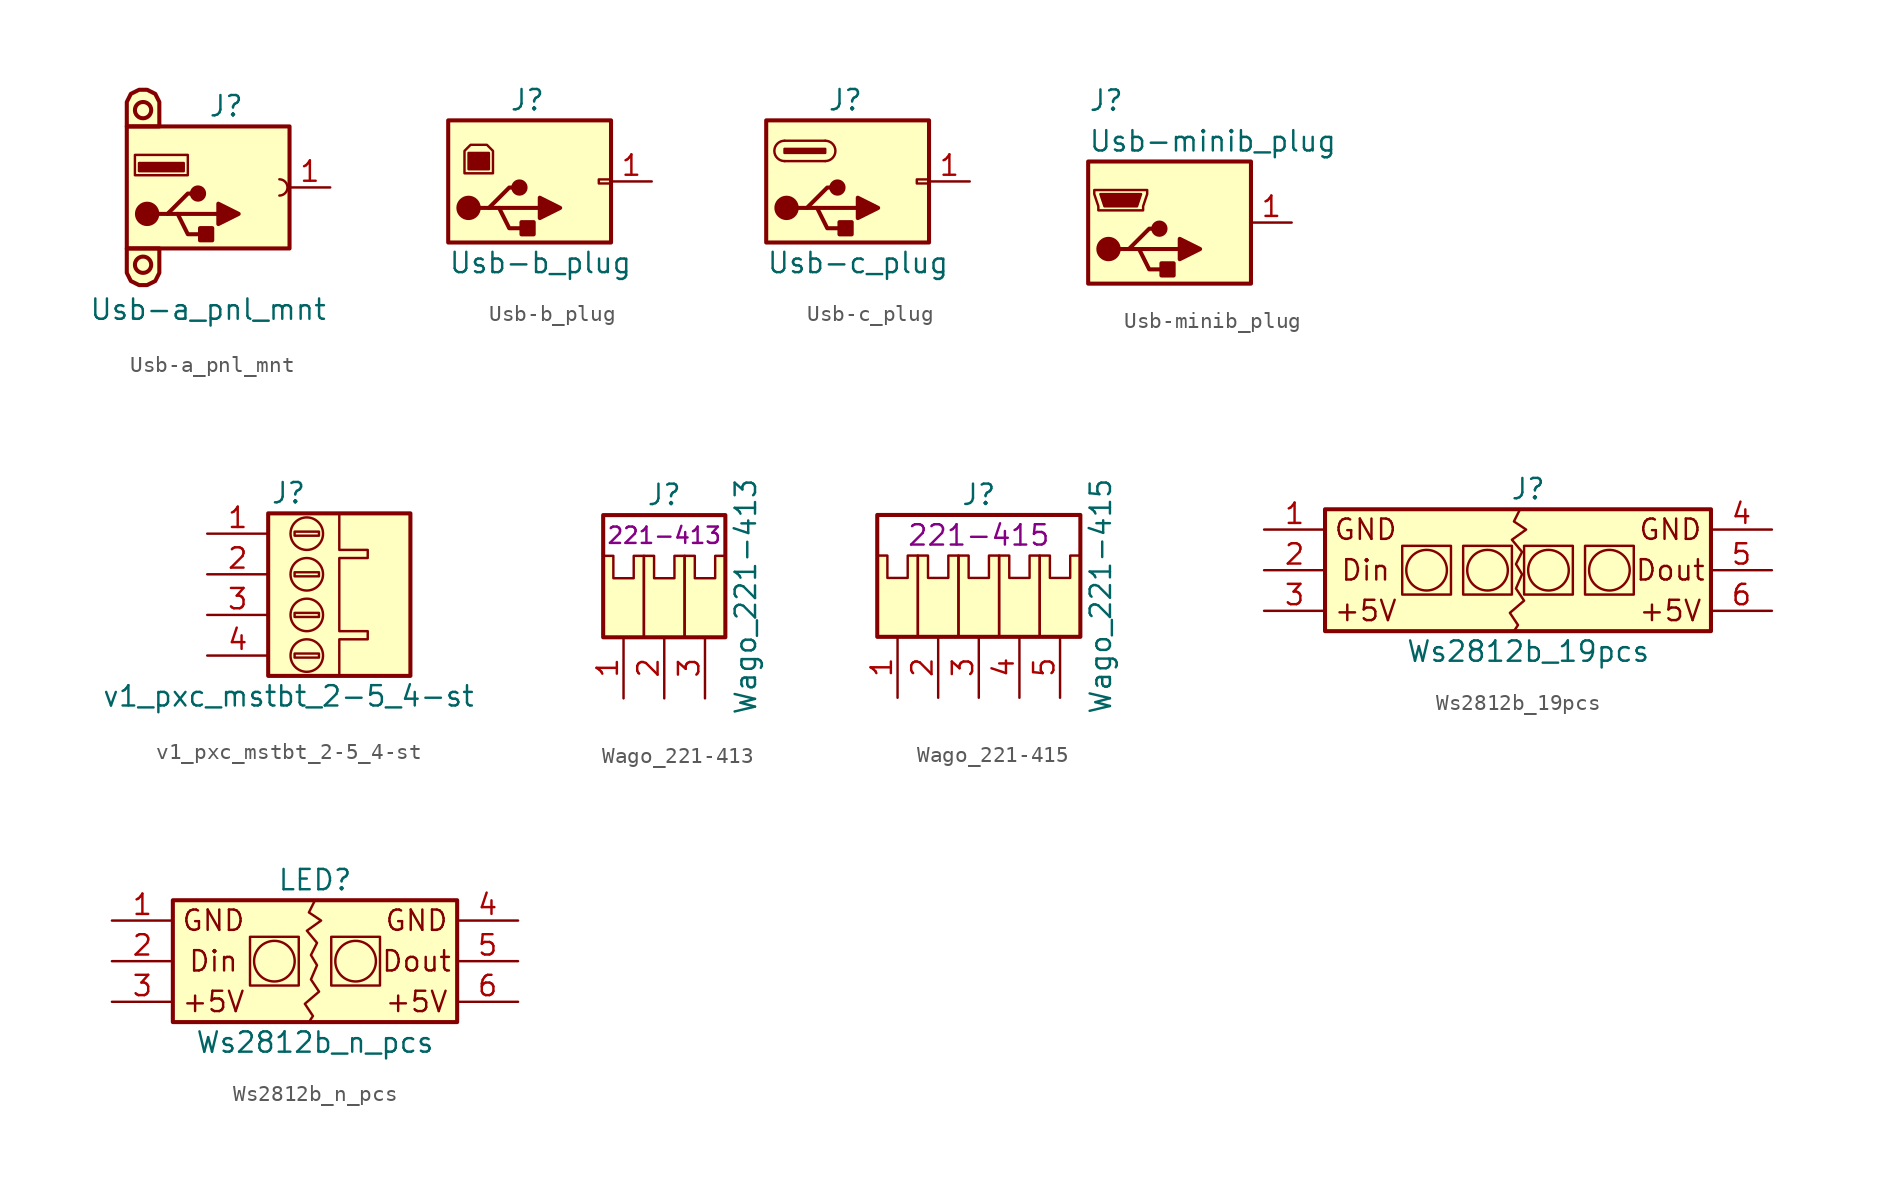
<source format=kicad_sym>
(kicad_symbol_lib
  (version 20220914)
  (generator kicad_symbol_editor)
  (symbol "Usb-a_pnl_mnt"
    (pin_names
      (offset 1.016) hide)
    (property "Reference" "J"
      (at -5.08 5.08 0)
      (effects (font (size 1.27 1.27)) (justify left)))
    (property "Value" "Usb-a_pnl_mnt"
      (at -5.08 -7.62 0)
      (effects (font (size 1.27 1.27))))
    (symbol "Usb-a_pnl_mnt_0_1"
      (rectangle (start -10.16 -3.81) (end 0 3.81) (stroke (width 0.254) (type default)) (fill (type background)))
      (circle (center -9.144 4.826) (radius 0.508) (stroke (width 0.254) (type default)) (fill (type none)))
      (circle (center -8.89 -1.651) (radius 0.635) (stroke (width 0.254) (type default)) (fill (type outline)))
      (rectangle (start -6.604 1.016) (end -9.398 1.524) (stroke (width 0) (type default)) (fill (type outline)))
      (rectangle (start -6.35 0.762) (end -9.652 2.032) (stroke (width 0) (type default)) (fill (type none)))
      (circle (center -5.715 -0.381) (radius 0.381) (stroke (width 0.254) (type default)) (fill (type outline)))
      (rectangle (start -4.826 -2.54) (end -5.588 -3.302) (stroke (width 0.254) (type default)) (fill (type outline)))
      (polyline (pts (xy -8.255 -1.651) (xy -7.62 -1.651) (xy -6.35 -0.381) (xy -5.715 -0.381)) (stroke (width 0.254) (type default)) (fill (type none)))
      (polyline (pts (xy -7.62 -1.651) (xy -6.985 -1.651) (xy -6.35 -2.921) (xy -5.08 -2.921)) (stroke (width 0.254) (type default)) (fill (type none)))
      (polyline (pts (xy -4.445 -1.016) (xy -4.445 -2.286) (xy -3.175 -1.651) (xy -4.445 -1.016)) (stroke (width 0.254) (type default)) (fill (type outline)))
      (polyline (pts (xy -8.128 3.81) (xy -8.128 5.334) (xy -8.382 5.842) (xy -8.89 6.096) (xy -9.398 6.096) (xy -9.906 5.842) (xy -10.16 5.334) (xy -10.16 3.81) (xy -8.128 3.81)) (stroke (width 0.254) (type default)) (fill (type background))))
    (symbol "Usb-a_pnl_mnt_1_1"
      (circle (center -9.144 -4.826) (radius 0.508) (stroke (width 0.254) (type default)) (fill (type none)))
      (arc (start -0.635 -0.508) (mid -0.1292 0) (end -0.635 0.508) (stroke (width 0) (type default)) (fill (type none)))
      (polyline (pts (xy -6.985 -1.651) (xy -4.445 -1.651)) (stroke (width 0.254) (type default)) (fill (type none)))
      (polyline (pts (xy -10.16 -3.81) (xy -10.16 -5.334) (xy -9.906 -5.842) (xy -9.398 -6.096) (xy -8.89 -6.096) (xy -8.382 -5.842) (xy -8.128 -5.334) (xy -8.128 -3.81) (xy -10.16 -3.81)) (stroke (width 0.254) (type default)) (fill (type background)))
      (pin passive line (at 2.54 0 180) (length 2.54) (name "Pin_1" (effects (font (size 1.27 1.27)))) (number "1" (effects (font (size 1.27 1.27)))))))
  (symbol "Usb-b_plug"
    (pin_names
      (offset 1.016) hide)
    (property "Reference" "J"
      (at -6.35 5.08 0)
      (effects (font (size 1.27 1.27)) (justify left)))
    (property "Value" "Usb-b_plug"
      (at -10.16 -5.08 0)
      (effects (font (size 1.27 1.27)) (justify left)))
    (symbol "Usb-b_plug_0_1"
      (rectangle (start -10.16 3.81) (end 0 -3.81) (stroke (width 0.254) (type default)) (fill (type background)))
      (circle (center -8.89 -1.651) (radius 0.635) (stroke (width 0.254) (type default)) (fill (type outline)))
      (rectangle (start -8.89 1.778) (end -7.62 0.762) (stroke (width 0) (type default)) (fill (type outline)))
      (circle (center -5.715 -0.381) (radius 0.381) (stroke (width 0.254) (type default)) (fill (type outline)))
      (rectangle (start -4.826 -2.54) (end -5.588 -3.302) (stroke (width 0.254) (type default)) (fill (type outline)))
      (rectangle (start 0 -0.127) (end -0.762 0.127) (stroke (width 0) (type default)) (fill (type none)))
      (polyline (pts (xy -6.985 -1.651) (xy -4.445 -1.651)) (stroke (width 0.254) (type default)) (fill (type none)))
      (polyline (pts (xy -8.255 -1.651) (xy -7.62 -1.651) (xy -6.35 -0.381) (xy -5.715 -0.381)) (stroke (width 0.254) (type default)) (fill (type none)))
      (polyline (pts (xy -7.62 -1.651) (xy -6.985 -1.651) (xy -6.35 -2.921) (xy -5.08 -2.921)) (stroke (width 0.254) (type default)) (fill (type none)))
      (polyline (pts (xy -4.445 -1.016) (xy -4.445 -2.286) (xy -3.175 -1.651) (xy -4.445 -1.016)) (stroke (width 0.254) (type default)) (fill (type outline)))
      (polyline (pts (xy -9.144 0.508) (xy -7.366 0.508) (xy -7.366 1.905) (xy -7.747 2.286) (xy -8.763 2.286) (xy -9.144 1.905) (xy -9.144 0.508)) (stroke (width 0) (type default)) (fill (type none))))
    (symbol "Usb-b_plug_1_1"
      (pin passive line (at 2.54 0 180) (length 2.54) (name "Pin_1" (effects (font (size 1.27 1.27)))) (number "1" (effects (font (size 1.27 1.27)))))))
  (symbol "Usb-c_plug"
    (pin_names
      (offset 1.016) hide)
    (property "Reference" "J"
      (at -6.35 5.08 0)
      (effects (font (size 1.27 1.27)) (justify left)))
    (property "Value" "Usb-c_plug"
      (at -10.16 -5.08 0)
      (effects (font (size 1.27 1.27)) (justify left)))
    (symbol "Usb-c_plug_0_1"
      (rectangle (start -10.16 -3.81) (end 0 3.81) (stroke (width 0.254) (type default)) (fill (type background)))
      (rectangle (start -9.017 1.778) (end -6.477 2.032) (stroke (width 0) (type default)) (fill (type outline)))
      (arc (start -9.017 2.54) (mid -9.6493 1.905) (end -9.017 1.27) (stroke (width 0) (type default)) (fill (type none)))
      (circle (center -8.89 -1.651) (radius 0.635) (stroke (width 0.254) (type default)) (fill (type outline)))
      (circle (center -5.715 -0.381) (radius 0.381) (stroke (width 0.254) (type default)) (fill (type outline)))
      (rectangle (start -4.826 -2.54) (end -5.588 -3.302) (stroke (width 0.254) (type default)) (fill (type outline)))
      (rectangle (start 0 -0.127) (end -0.762 0.127) (stroke (width 0) (type default)) (fill (type none)))
      (polyline (pts (xy -9.017 2.54) (xy -6.477 2.54)) (stroke (width 0) (type default)) (fill (type none)))
      (polyline (pts (xy -6.477 1.27) (xy -9.017 1.27)) (stroke (width 0) (type default)) (fill (type none)))
      (polyline (pts (xy -8.255 -1.651) (xy -7.62 -1.651) (xy -6.35 -0.381) (xy -5.715 -0.381)) (stroke (width 0.254) (type default)) (fill (type none)))
      (polyline (pts (xy -7.62 -1.651) (xy -6.985 -1.651) (xy -6.35 -2.921) (xy -5.08 -2.921)) (stroke (width 0.254) (type default)) (fill (type none)))
      (polyline (pts (xy -4.445 -1.016) (xy -4.445 -2.286) (xy -3.175 -1.651) (xy -4.445 -1.016)) (stroke (width 0.254) (type default)) (fill (type outline))))
    (symbol "Usb-c_plug_1_1"
      (arc (start -6.477 1.27) (mid -5.8447 1.905) (end -6.477 2.54) (stroke (width 0) (type default)) (fill (type none)))
      (polyline (pts (xy -6.985 -1.651) (xy -4.445 -1.651)) (stroke (width 0.254) (type default)) (fill (type none)))
      (pin passive line (at 2.54 0 180) (length 2.54) (name "Pin_1" (effects (font (size 1.27 1.27)))) (number "1" (effects (font (size 1.27 1.27)))))))
  (symbol "Usb-minib_plug"
    (pin_names
      (offset 1.016) hide)
    (property "Reference" "J"
      (at -5.08 11.43 0)
      (effects (font (size 1.27 1.27)) (justify left)))
    (property "Value" "Usb-minib_plug"
      (at -5.08 8.89 0)
      (effects (font (size 1.27 1.27)) (justify left)))
    (symbol "Usb-minib_plug_0_1"
      (rectangle (start -5.08 0) (end 5.08 7.62) (stroke (width 0.254) (type default)) (fill (type background)))
      (circle (center -3.81 2.159) (radius 0.635) (stroke (width 0.254) (type default)) (fill (type outline)))
      (circle (center -0.635 3.429) (radius 0.381) (stroke (width 0.254) (type default)) (fill (type outline)))
      (polyline (pts (xy -1.905 2.159) (xy 0.635 2.159)) (stroke (width 0.254) (type default)) (fill (type none)))
      (polyline (pts (xy -3.175 2.159) (xy -2.54 2.159) (xy -1.27 3.429) (xy -0.635 3.429)) (stroke (width 0.254) (type default)) (fill (type none)))
      (polyline (pts (xy -2.54 2.159) (xy -1.905 2.159) (xy -1.27 0.889) (xy 0 0.889)) (stroke (width 0.254) (type default)) (fill (type none)))
      (polyline (pts (xy 0.635 2.794) (xy 0.635 1.524) (xy 1.905 2.159) (xy 0.635 2.794)) (stroke (width 0.254) (type default)) (fill (type outline)))
      (polyline (pts (xy -4.318 5.588) (xy -1.778 5.588) (xy -2.032 4.826) (xy -4.064 4.826) (xy -4.318 5.588)) (stroke (width 0) (type default)) (fill (type outline)))
      (polyline (pts (xy -4.699 5.842) (xy -4.699 5.588) (xy -4.445 4.826) (xy -4.445 4.572) (xy -1.651 4.572) (xy -1.651 4.826) (xy -1.397 5.588) (xy -1.397 5.842) (xy -4.699 5.842)) (stroke (width 0) (type default)) (fill (type none)))
      (rectangle (start 0.254 1.27) (end -0.508 0.508) (stroke (width 0.254) (type default)) (fill (type outline))))
    (symbol "Usb-minib_plug_1_1"
      (pin passive line (at 7.62 3.81 180) (length 2.54) (name "Pin_1" (effects (font (size 1.27 1.27)))) (number "1" (effects (font (size 1.27 1.27)))))))
  (symbol "v1_pxc_mstbt_2-5_4-st"
    (pin_names
      (offset 1.016) hide)
    (property "Reference" "J"
      (at 1.27 5.08 0)
      (effects (font (size 1.27 1.27))))
    (property "Value" "v1_pxc_mstbt_2-5_4-st"
      (at 1.27 -7.62 0)
      (effects (font (size 1.27 1.27))))
    (symbol "v1_pxc_mstbt_2-5_4-st_0_1"
      (polyline (pts (xy 1.651 -0.127) (xy 3.175 -0.127) (xy 3.175 0.127) (xy 3.048 0.127) (xy 1.651 0.127) (xy 1.651 -0.127)) (stroke (width 0) (type default)) (fill (type none)))
      (polyline (pts (xy 1.651 2.413) (xy 3.175 2.413) (xy 3.175 2.667) (xy 3.048 2.667) (xy 1.651 2.667) (xy 1.651 2.413)) (stroke (width 0) (type default)) (fill (type none)))
      (polyline (pts (xy 4.445 -6.35) (xy 4.445 -4.064) (xy 5.715 -4.064) (xy 6.223 -4.064) (xy 6.223 -3.556) (xy 4.445 -3.556) (xy 4.445 1.016) (xy 6.223 1.016) (xy 6.223 1.524) (xy 4.445 1.524) (xy 4.445 3.81)) (stroke (width 0) (type default)) (fill (type none)))
      (circle (center 2.413 0) (radius 1.016) (stroke (width 0) (type default)) (fill (type none)))
      (circle (center 2.413 2.54) (radius 1.016) (stroke (width 0) (type default)) (fill (type none))))
    (symbol "v1_pxc_mstbt_2-5_4-st_1_1"
      (polyline (pts (xy 1.651 -5.207) (xy 3.175 -5.207) (xy 3.175 -4.953) (xy 3.048 -4.953) (xy 1.651 -4.953) (xy 1.651 -5.207)) (stroke (width 0) (type default)) (fill (type none)))
      (polyline (pts (xy 1.651 -2.667) (xy 3.175 -2.667) (xy 3.175 -2.413) (xy 3.048 -2.413) (xy 1.651 -2.413) (xy 1.651 -2.667)) (stroke (width 0) (type default)) (fill (type none)))
      (rectangle (start 0 3.81) (end 8.89 -6.35) (stroke (width 0.254) (type default)) (fill (type background)))
      (circle (center 2.413 -5.08) (radius 1.016) (stroke (width 0) (type default)) (fill (type none)))
      (circle (center 2.413 -2.54) (radius 1.016) (stroke (width 0) (type default)) (fill (type none)))
      (pin passive line (at -3.81 2.54 0) (length 3.81) (name "Pin_1" (effects (font (size 1.27 1.27)))) (number "1" (effects (font (size 1.27 1.27)))))
      (pin passive line (at -3.81 0 0) (length 3.81) (name "Pin_2" (effects (font (size 1.27 1.27)))) (number "2" (effects (font (size 1.27 1.27)))))
      (pin passive line (at -3.81 -2.54 0) (length 3.81) (name "Pin_3" (effects (font (size 1.27 1.27)))) (number "3" (effects (font (size 1.27 1.27)))))
      (pin passive line (at -3.81 -5.08 0) (length 3.81) (name "Pin_4" (effects (font (size 1.27 1.27)))) (number "4" (effects (font (size 1.27 1.27)))))))
  (symbol "Wago_221-413"
    (pin_names
      (offset 1.016) hide)
    (property "Reference" "J"
      (at 0 6.35 0)
      (effects (font (size 1.27 1.27))))
    (property "Value" "Wago_221-413"
      (at 5.08 0 90)
      (effects (font (size 1.27 1.27))))
    (property "Vendor_pn" "221-413"
      (at 0 3.81 0)
      (effects (font (size 1.016 1.016))))
    (symbol "Wago_221-413_1_1"
      (rectangle (start -3.81 5.08) (end 3.81 -2.54) (stroke (width 0.254) (type default)) (fill (type none)))
      (polyline (pts (xy -3.81 -2.54) (xy -3.81 2.54) (xy -3.175 2.54) (xy -3.175 1.143) (xy -1.905 1.143) (xy -1.905 2.54) (xy -1.27 2.54) (xy -1.27 -2.54) (xy -3.81 -2.54)) (stroke (width 0.152) (type default)) (fill (type background)))
      (polyline (pts (xy -1.27 -2.54) (xy -1.27 2.54) (xy -0.635 2.54) (xy -0.635 1.143) (xy 0.635 1.143) (xy 0.635 2.54) (xy 1.27 2.54) (xy 1.27 -2.54) (xy -1.27 -2.54)) (stroke (width 0.152) (type default)) (fill (type background)))
      (polyline (pts (xy 1.27 -2.54) (xy 1.27 2.54) (xy 1.905 2.54) (xy 1.905 1.143) (xy 3.175 1.143) (xy 3.175 2.54) (xy 3.81 2.54) (xy 3.81 -2.54) (xy 1.27 -2.54)) (stroke (width 0.152) (type default)) (fill (type background)))
      (pin passive line (at -2.54 -6.35 90) (length 3.81) (name "Pin_1" (effects (font (size 1.27 1.27)))) (number "1" (effects (font (size 1.27 1.27)))))
      (pin passive line (at 0 -6.35 90) (length 3.81) (name "Pin_2" (effects (font (size 1.27 1.27)))) (number "2" (effects (font (size 1.27 1.27)))))
      (pin passive line (at 2.54 -6.35 90) (length 3.81) (name "Pin_3" (effects (font (size 1.27 1.27)))) (number "3" (effects (font (size 1.27 1.27)))))))
  (symbol "Wago_221-415"
    (pin_names
      (offset 1.016) hide)
    (property "Reference" "J"
      (at 0 6.35 0)
      (effects (font (size 1.27 1.27))))
    (property "Value" "Wago_221-415"
      (at 7.62 0 90)
      (effects (font (size 1.27 1.27))))
    (property "Vendor_pn" "221-415"
      (at 0 3.81 0)
      (effects (font (size 1.27 1.27))))
    (symbol "Wago_221-415_1_1"
      (rectangle (start -6.35 5.08) (end 6.35 -2.54) (stroke (width 0.254) (type default)) (fill (type none)))
      (polyline (pts (xy -6.35 -2.54) (xy -6.35 2.54) (xy -5.715 2.54) (xy -5.715 1.143) (xy -4.445 1.143) (xy -4.445 2.54) (xy -3.81 2.54) (xy -3.81 -2.54) (xy -6.35 -2.54)) (stroke (width 0.152) (type default)) (fill (type background)))
      (polyline (pts (xy -3.81 -2.54) (xy -3.81 2.54) (xy -3.175 2.54) (xy -3.175 1.143) (xy -1.905 1.143) (xy -1.905 2.54) (xy -1.27 2.54) (xy -1.27 -2.54) (xy -3.81 -2.54)) (stroke (width 0.152) (type default)) (fill (type background)))
      (polyline (pts (xy -1.27 -2.54) (xy -1.27 2.54) (xy -0.635 2.54) (xy -0.635 1.143) (xy 0.635 1.143) (xy 0.635 2.54) (xy 1.27 2.54) (xy 1.27 -2.54) (xy -1.27 -2.54)) (stroke (width 0.152) (type default)) (fill (type background)))
      (polyline (pts (xy 1.27 -2.54) (xy 1.27 2.54) (xy 1.905 2.54) (xy 1.905 1.143) (xy 3.175 1.143) (xy 3.175 2.54) (xy 3.81 2.54) (xy 3.81 -2.54) (xy 1.27 -2.54)) (stroke (width 0.152) (type default)) (fill (type background)))
      (polyline (pts (xy 3.81 -2.54) (xy 3.81 2.54) (xy 4.445 2.54) (xy 4.445 1.143) (xy 5.715 1.143) (xy 5.715 2.54) (xy 6.35 2.54) (xy 6.35 -2.54) (xy 3.81 -2.54)) (stroke (width 0.152) (type default)) (fill (type background)))
      (pin passive line (at -5.08 -6.35 90) (length 3.81) (name "Pin_1" (effects (font (size 1.27 1.27)))) (number "1" (effects (font (size 1.27 1.27)))))
      (pin passive line (at -2.54 -6.35 90) (length 3.81) (name "Pin_2" (effects (font (size 1.27 1.27)))) (number "2" (effects (font (size 1.27 1.27)))))
      (pin passive line (at 0 -6.35 90) (length 3.81) (name "Pin_3" (effects (font (size 1.27 1.27)))) (number "3" (effects (font (size 1.27 1.27)))))
      (pin passive line (at 2.54 -6.35 90) (length 3.81) (name "Pin_4" (effects (font (size 1.27 1.27)))) (number "4" (effects (font (size 1.27 1.27)))))
      (pin passive line (at 5.08 -6.35 90) (length 3.81) (name "Pin_5" (effects (font (size 1.27 1.27)))) (number "5" (effects (font (size 1.27 1.27)))))))
  (symbol "Ws2812b_19pcs"
    (pin_names
      (offset 1.016) hide)
    (property "Reference" "J"
      (at 0 5.08 0)
      (effects (font (size 1.27 1.27))))
    (property "Value" "Ws2812b_19pcs"
      (at 0 -5.08 0)
      (effects (font (size 1.27 1.27))))
    (symbol "Ws2812b_19pcs_0_0"
      (text "GND" (at 8.89 2.54 0) (effects (font (size 1.27 1.27)))))
    (symbol "Ws2812b_19pcs_1_1"
      (rectangle (start -12.7 3.81) (end 11.43 -3.81) (stroke (width 0.254) (type default)) (fill (type background)))
      (rectangle (start -7.874 -1.524) (end -4.826 1.524) (stroke (width 0) (type default)) (fill (type none)))
      (circle (center -6.35 0) (radius 1.27) (stroke (width 0) (type default)) (fill (type none)))
      (rectangle (start -4.064 -1.524) (end -1.016 1.524) (stroke (width 0) (type default)) (fill (type none)))
      (circle (center -2.54 0) (radius 1.27) (stroke (width 0) (type default)) (fill (type none)))
      (rectangle (start -0.254 -1.524) (end 2.794 1.524) (stroke (width 0) (type default)) (fill (type none)))
      (polyline (pts (xy -0.508 3.81) (xy -0.889 3.048) (xy -0.127 2.54) (xy -1.016 1.905) (xy -0.381 1.143) (xy -0.762 0.381) (xy -0.381 -0.254) (xy -0.762 -1.143) (xy -0.254 -1.905) (xy -1.143 -2.667) (xy -0.635 -3.429) (xy -0.889 -3.81) (xy -0.762 -3.81)) (stroke (width 0) (type default)) (fill (type none)))
      (circle (center 1.27 0) (radius 1.27) (stroke (width 0) (type default)) (fill (type none)))
      (rectangle (start 3.556 -1.524) (end 6.604 1.524) (stroke (width 0) (type default)) (fill (type none)))
      (circle (center 5.08 0) (radius 1.27) (stroke (width 0) (type default)) (fill (type none)))
      (text "+5V" (at -10.16 -2.54 0) (effects (font (size 1.27 1.27))))
      (text "+5V" (at 8.89 -2.54 0) (effects (font (size 1.27 1.27))))
      (text "Din" (at -10.16 0 0) (effects (font (size 1.27 1.27))))
      (text "Dout" (at 8.89 0 0) (effects (font (size 1.27 1.27))))
      (text "GND" (at -10.16 2.54 0) (effects (font (size 1.27 1.27))))
      (pin passive line (at -16.51 2.54 0) (length 3.81) (name "In_1" (effects (font (size 1.27 1.27)))) (number "1" (effects (font (size 1.27 1.27)))))
      (pin passive line (at -16.51 0 0) (length 3.81) (name "In_2" (effects (font (size 1.27 1.27)))) (number "2" (effects (font (size 1.27 1.27)))))
      (pin passive line (at -16.51 -2.54 0) (length 3.81) (name "In_3" (effects (font (size 1.27 1.27)))) (number "3" (effects (font (size 1.27 1.27)))))
      (pin passive line (at 15.24 2.54 180) (length 3.81) (name "Out_1" (effects (font (size 1.27 1.27)))) (number "4" (effects (font (size 1.27 1.27)))))
      (pin passive line (at 15.24 0 180) (length 3.81) (name "Out_2" (effects (font (size 1.27 1.27)))) (number "5" (effects (font (size 1.27 1.27)))))
      (pin passive line (at 15.24 -2.54 180) (length 3.81) (name "Out_3" (effects (font (size 1.27 1.27)))) (number "6" (effects (font (size 1.27 1.27)))))))
  (symbol "Ws2812b_n_pcs"
    (pin_names
      (offset 1.016) hide)
    (property "Reference" "LED"
      (at 0 5.08 0)
      (effects (font (size 1.27 1.27))))
    (property "Value" "Ws2812b_n_pcs"
      (at 0 -5.08 0)
      (effects (font (size 1.27 1.27))))
    (symbol "Ws2812b_n_pcs_0_0"
      (text "GND" (at 6.35 2.54 0) (effects (font (size 1.27 1.27)))))
    (symbol "Ws2812b_n_pcs_1_1"
      (rectangle (start -8.89 3.81) (end 8.89 -3.81) (stroke (width 0.254) (type default)) (fill (type background)))
      (rectangle (start -4.064 -1.524) (end -1.016 1.524) (stroke (width 0) (type default)) (fill (type none)))
      (circle (center -2.54 0) (radius 1.27) (stroke (width 0) (type default)) (fill (type none)))
      (polyline (pts (xy 0 3.81) (xy -0.381 3.048) (xy 0.381 2.54) (xy -0.508 1.905) (xy 0.127 1.143) (xy -0.254 0.381) (xy 0.127 -0.254) (xy -0.254 -1.143) (xy 0.254 -1.905) (xy -0.635 -2.667) (xy -0.127 -3.429) (xy -0.381 -3.81) (xy -0.254 -3.81)) (stroke (width 0) (type default)) (fill (type none)))
      (rectangle (start 1.016 -1.524) (end 4.064 1.524) (stroke (width 0) (type default)) (fill (type none)))
      (circle (center 2.54 0) (radius 1.27) (stroke (width 0) (type default)) (fill (type none)))
      (text "+5V" (at -6.35 -2.54 0) (effects (font (size 1.27 1.27))))
      (text "+5V" (at 6.35 -2.54 0) (effects (font (size 1.27 1.27))))
      (text "Din" (at -6.35 0 0) (effects (font (size 1.27 1.27))))
      (text "Dout" (at 6.35 0 0) (effects (font (size 1.27 1.27))))
      (text "GND" (at -6.35 2.54 0) (effects (font (size 1.27 1.27))))
      (pin passive line (at -12.7 2.54 0) (length 3.81) (name "In_1" (effects (font (size 1.27 1.27)))) (number "1" (effects (font (size 1.27 1.27)))))
      (pin passive line (at -12.7 0 0) (length 3.81) (name "In_2" (effects (font (size 1.27 1.27)))) (number "2" (effects (font (size 1.27 1.27)))))
      (pin passive line (at -12.7 -2.54 0) (length 3.81) (name "In_3" (effects (font (size 1.27 1.27)))) (number "3" (effects (font (size 1.27 1.27)))))
      (pin passive line (at 12.7 2.54 180) (length 3.81) (name "Out_1" (effects (font (size 1.27 1.27)))) (number "4" (effects (font (size 1.27 1.27)))))
      (pin passive line (at 12.7 0 180) (length 3.81) (name "Out_2" (effects (font (size 1.27 1.27)))) (number "5" (effects (font (size 1.27 1.27)))))
      (pin passive line (at 12.7 -2.54 180) (length 3.81) (name "Out_3" (effects (font (size 1.27 1.27)))) (number "6" (effects (font (size 1.27 1.27))))))))
</source>
